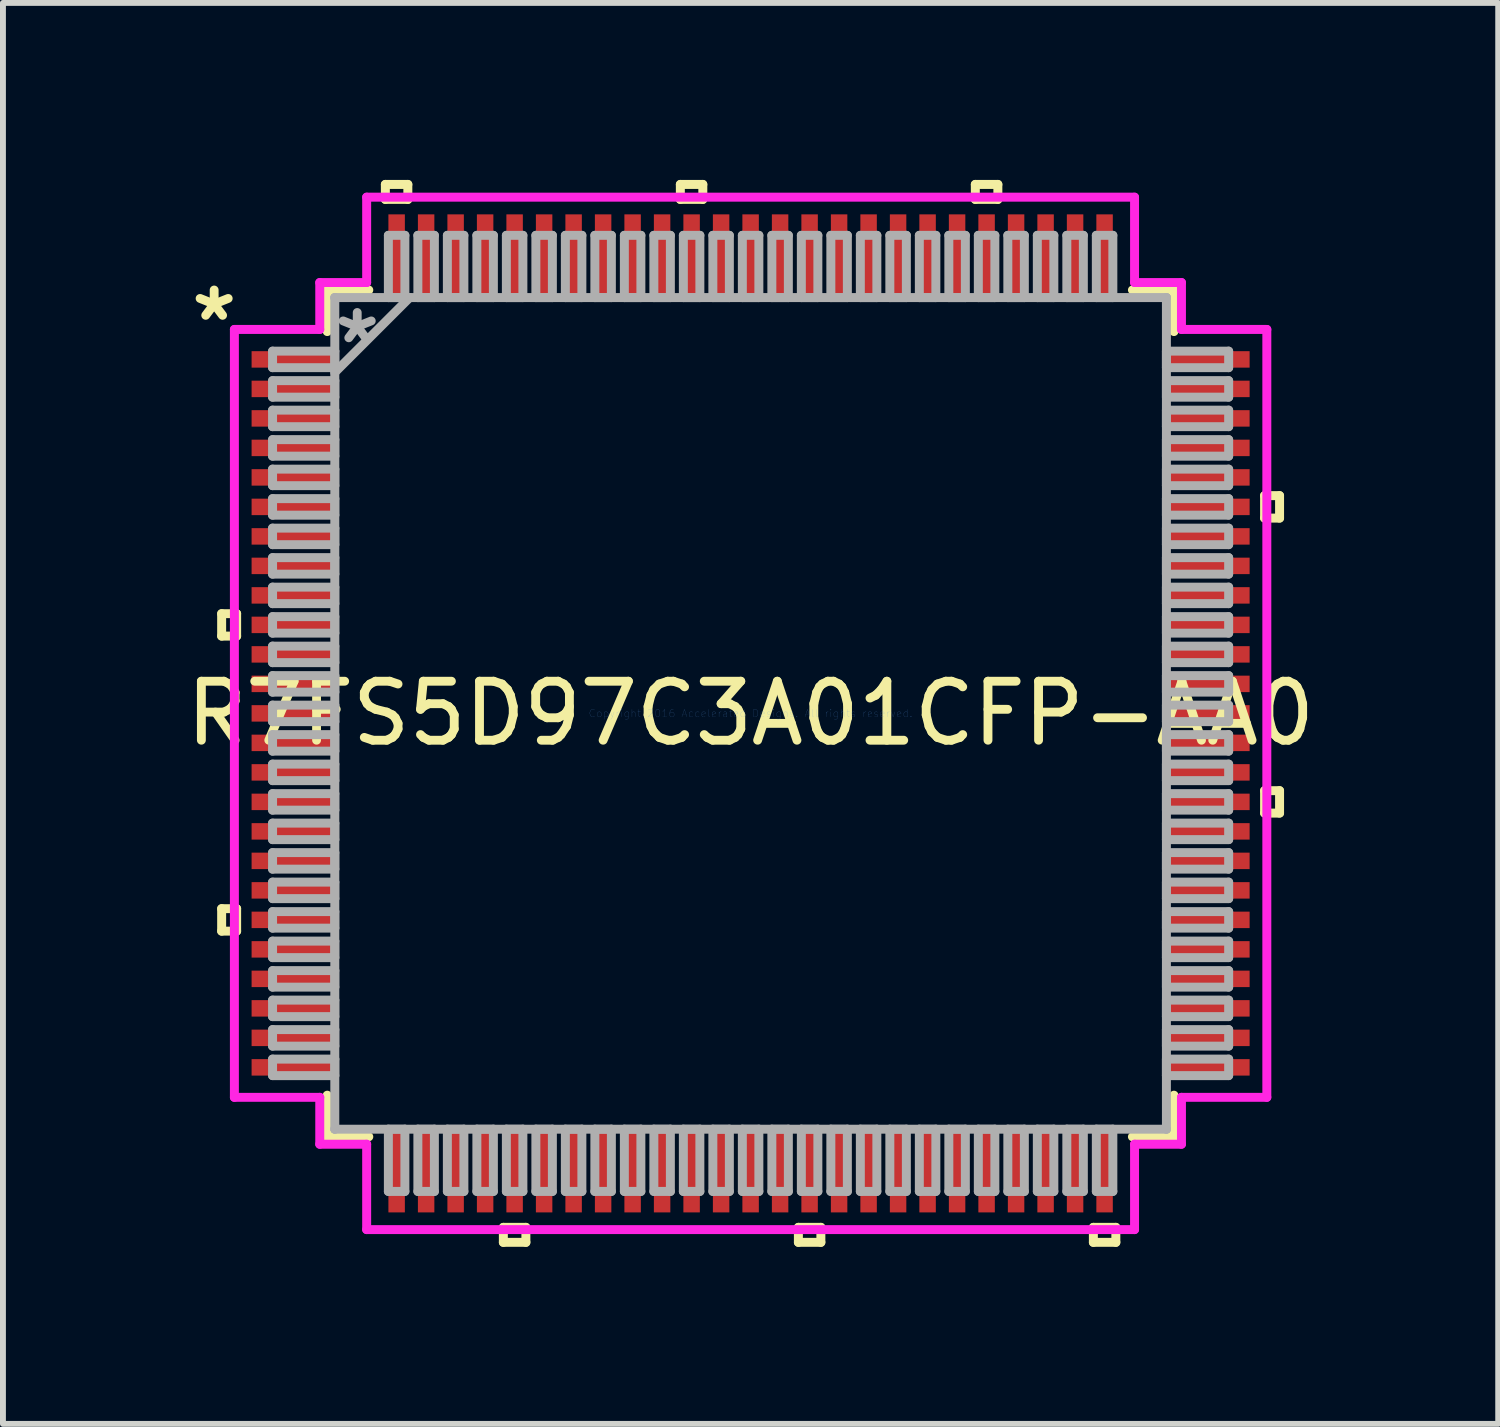
<source format=kicad_pcb>
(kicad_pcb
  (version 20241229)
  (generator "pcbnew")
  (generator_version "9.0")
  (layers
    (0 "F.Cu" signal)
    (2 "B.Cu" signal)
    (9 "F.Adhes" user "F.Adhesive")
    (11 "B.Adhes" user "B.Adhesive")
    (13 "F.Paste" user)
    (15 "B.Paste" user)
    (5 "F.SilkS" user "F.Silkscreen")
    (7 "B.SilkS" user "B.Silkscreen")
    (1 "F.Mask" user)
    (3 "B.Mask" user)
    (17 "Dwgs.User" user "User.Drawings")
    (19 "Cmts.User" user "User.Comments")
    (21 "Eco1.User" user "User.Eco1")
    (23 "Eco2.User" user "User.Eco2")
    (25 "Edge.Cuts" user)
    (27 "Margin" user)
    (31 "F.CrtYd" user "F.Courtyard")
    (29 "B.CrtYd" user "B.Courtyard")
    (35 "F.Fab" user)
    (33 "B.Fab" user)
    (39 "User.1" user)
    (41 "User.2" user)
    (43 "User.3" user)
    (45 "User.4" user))
  (footprint "R7FS5D97C3A01CFP-AA0"
    (layer "F.Cu")
    (at 9.673 9.042)
    (property "Reference" "R7FS5D97C3A01CFP-AA0" (at 0 0 0) (layer "F.SilkS") (effects (font (size 1 1) (thickness 0.15))))
    (attr through_hole)
    (fp_line (start -8.966 -1.69) (end -8.966 -1.31) (stroke (width 0.152) (type solid)) (layer "F.SilkS"))
    (fp_line (start -8.966 -1.31) (end -8.712 -1.31) (stroke (width 0.152) (type solid)) (layer "F.SilkS"))
    (fp_line (start -8.966 3.31) (end -8.966 3.691) (stroke (width 0.152) (type solid)) (layer "F.SilkS"))
    (fp_line (start -8.966 3.691) (end -8.712 3.691) (stroke (width 0.152) (type solid)) (layer "F.SilkS"))
    (fp_line (start -8.712 -1.69) (end -8.966 -1.69) (stroke (width 0.152) (type solid)) (layer "F.SilkS"))
    (fp_line (start -8.712 -1.31) (end -8.712 -1.69) (stroke (width 0.152) (type solid)) (layer "F.SilkS"))
    (fp_line (start -8.712 3.31) (end -8.966 3.31) (stroke (width 0.152) (type solid)) (layer "F.SilkS"))
    (fp_line (start -8.712 3.691) (end -8.712 3.31) (stroke (width 0.152) (type solid)) (layer "F.SilkS"))
    (fp_line (start -7.176 -7.176) (end -7.176 -6.472) (stroke (width 0.152) (type solid)) (layer "F.SilkS"))
    (fp_line (start -7.176 6.472) (end -7.176 7.176) (stroke (width 0.152) (type solid)) (layer "F.SilkS"))
    (fp_line (start -7.176 7.176) (end -6.472 7.176) (stroke (width 0.152) (type solid)) (layer "F.SilkS"))
    (fp_line (start -6.472 -7.176) (end -7.176 -7.176) (stroke (width 0.152) (type solid)) (layer "F.SilkS"))
    (fp_line (start -6.191 -8.966) (end -5.81 -8.966) (stroke (width 0.152) (type solid)) (layer "F.SilkS"))
    (fp_line (start -6.191 -8.712) (end -6.191 -8.966) (stroke (width 0.152) (type solid)) (layer "F.SilkS"))
    (fp_line (start -5.81 -8.966) (end -5.81 -8.712) (stroke (width 0.152) (type solid)) (layer "F.SilkS"))
    (fp_line (start -5.81 -8.712) (end -6.191 -8.712) (stroke (width 0.152) (type solid)) (layer "F.SilkS"))
    (fp_line (start -4.191 8.712) (end -4.191 8.966) (stroke (width 0.152) (type solid)) (layer "F.SilkS"))
    (fp_line (start -4.191 8.966) (end -3.809 8.966) (stroke (width 0.152) (type solid)) (layer "F.SilkS"))
    (fp_line (start -3.809 8.712) (end -4.191 8.712) (stroke (width 0.152) (type solid)) (layer "F.SilkS"))
    (fp_line (start -3.809 8.966) (end -3.809 8.712) (stroke (width 0.152) (type solid)) (layer "F.SilkS"))
    (fp_line (start -1.191 -8.966) (end -0.81 -8.966) (stroke (width 0.152) (type solid)) (layer "F.SilkS"))
    (fp_line (start -1.191 -8.712) (end -1.191 -8.966) (stroke (width 0.152) (type solid)) (layer "F.SilkS"))
    (fp_line (start -0.81 -8.966) (end -0.81 -8.712) (stroke (width 0.152) (type solid)) (layer "F.SilkS"))
    (fp_line (start -0.81 -8.712) (end -1.191 -8.712) (stroke (width 0.152) (type solid)) (layer "F.SilkS"))
    (fp_line (start 0.81 8.712) (end 0.81 8.966) (stroke (width 0.152) (type solid)) (layer "F.SilkS"))
    (fp_line (start 0.81 8.966) (end 1.191 8.966) (stroke (width 0.152) (type solid)) (layer "F.SilkS"))
    (fp_line (start 1.191 8.712) (end 0.81 8.712) (stroke (width 0.152) (type solid)) (layer "F.SilkS"))
    (fp_line (start 1.191 8.966) (end 1.191 8.712) (stroke (width 0.152) (type solid)) (layer "F.SilkS"))
    (fp_line (start 3.809 -8.966) (end 4.191 -8.966) (stroke (width 0.152) (type solid)) (layer "F.SilkS"))
    (fp_line (start 3.809 -8.712) (end 3.809 -8.966) (stroke (width 0.152) (type solid)) (layer "F.SilkS"))
    (fp_line (start 4.191 -8.966) (end 4.191 -8.712) (stroke (width 0.152) (type solid)) (layer "F.SilkS"))
    (fp_line (start 4.191 -8.712) (end 3.809 -8.712) (stroke (width 0.152) (type solid)) (layer "F.SilkS"))
    (fp_line (start 5.81 8.712) (end 5.81 8.966) (stroke (width 0.152) (type solid)) (layer "F.SilkS"))
    (fp_line (start 5.81 8.966) (end 6.191 8.966) (stroke (width 0.152) (type solid)) (layer "F.SilkS"))
    (fp_line (start 6.191 8.712) (end 5.81 8.712) (stroke (width 0.152) (type solid)) (layer "F.SilkS"))
    (fp_line (start 6.191 8.966) (end 6.191 8.712) (stroke (width 0.152) (type solid)) (layer "F.SilkS"))
    (fp_line (start 6.472 7.176) (end 7.176 7.176) (stroke (width 0.152) (type solid)) (layer "F.SilkS"))
    (fp_line (start 7.176 -7.176) (end 6.472 -7.176) (stroke (width 0.152) (type solid)) (layer "F.SilkS"))
    (fp_line (start 7.176 -6.472) (end 7.176 -7.176) (stroke (width 0.152) (type solid)) (layer "F.SilkS"))
    (fp_line (start 7.176 7.176) (end 7.176 6.472) (stroke (width 0.152) (type solid)) (layer "F.SilkS"))
    (fp_line (start 8.712 -3.691) (end 8.966 -3.691) (stroke (width 0.152) (type solid)) (layer "F.SilkS"))
    (fp_line (start 8.712 -3.31) (end 8.712 -3.691) (stroke (width 0.152) (type solid)) (layer "F.SilkS"))
    (fp_line (start 8.712 1.31) (end 8.966 1.31) (stroke (width 0.152) (type solid)) (layer "F.SilkS"))
    (fp_line (start 8.712 1.69) (end 8.712 1.31) (stroke (width 0.152) (type solid)) (layer "F.SilkS"))
    (fp_line (start 8.966 -3.691) (end 8.966 -3.31) (stroke (width 0.152) (type solid)) (layer "F.SilkS"))
    (fp_line (start 8.966 -3.31) (end 8.712 -3.31) (stroke (width 0.152) (type solid)) (layer "F.SilkS"))
    (fp_line (start 8.966 1.31) (end 8.966 1.69) (stroke (width 0.152) (type solid)) (layer "F.SilkS"))
    (fp_line (start 8.966 1.69) (end 8.712 1.69) (stroke (width 0.152) (type solid)) (layer "F.SilkS"))
    (fp_line (start -8.75 -6.508) (end -7.303 -6.508) (stroke (width 0.152) (type solid)) (layer "F.CrtYd"))
    (fp_line (start -8.75 6.508) (end -8.75 -6.508) (stroke (width 0.152) (type solid)) (layer "F.CrtYd"))
    (fp_line (start -7.303 -7.303) (end -6.508 -7.303) (stroke (width 0.152) (type solid)) (layer "F.CrtYd"))
    (fp_line (start -7.303 -6.508) (end -7.303 -7.303) (stroke (width 0.152) (type solid)) (layer "F.CrtYd"))
    (fp_line (start -7.303 6.508) (end -8.75 6.508) (stroke (width 0.152) (type solid)) (layer "F.CrtYd"))
    (fp_line (start -7.303 7.303) (end -7.303 6.508) (stroke (width 0.152) (type solid)) (layer "F.CrtYd"))
    (fp_line (start -6.508 -8.75) (end 6.508 -8.75) (stroke (width 0.152) (type solid)) (layer "F.CrtYd"))
    (fp_line (start -6.508 -7.303) (end -6.508 -8.75) (stroke (width 0.152) (type solid)) (layer "F.CrtYd"))
    (fp_line (start -6.508 7.303) (end -7.303 7.303) (stroke (width 0.152) (type solid)) (layer "F.CrtYd"))
    (fp_line (start -6.508 8.75) (end -6.508 7.303) (stroke (width 0.152) (type solid)) (layer "F.CrtYd"))
    (fp_line (start 6.508 -8.75) (end 6.508 -7.303) (stroke (width 0.152) (type solid)) (layer "F.CrtYd"))
    (fp_line (start 6.508 -7.303) (end 7.303 -7.303) (stroke (width 0.152) (type solid)) (layer "F.CrtYd"))
    (fp_line (start 6.508 7.303) (end 6.508 8.75) (stroke (width 0.152) (type solid)) (layer "F.CrtYd"))
    (fp_line (start 6.508 8.75) (end -6.508 8.75) (stroke (width 0.152) (type solid)) (layer "F.CrtYd"))
    (fp_line (start 7.303 -7.303) (end 7.303 -6.508) (stroke (width 0.152) (type solid)) (layer "F.CrtYd"))
    (fp_line (start 7.303 -6.508) (end 8.75 -6.508) (stroke (width 0.152) (type solid)) (layer "F.CrtYd"))
    (fp_line (start 7.303 6.508) (end 7.303 7.303) (stroke (width 0.152) (type solid)) (layer "F.CrtYd"))
    (fp_line (start 7.303 7.303) (end 6.508 7.303) (stroke (width 0.152) (type solid)) (layer "F.CrtYd"))
    (fp_line (start 8.75 -6.508) (end 8.75 6.508) (stroke (width 0.152) (type solid)) (layer "F.CrtYd"))
    (fp_line (start 8.75 6.508) (end 7.303 6.508) (stroke (width 0.152) (type solid)) (layer "F.CrtYd"))
    (fp_line (start -8.103 -6.14) (end -8.103 -5.86) (stroke (width 0.152) (type solid)) (layer "F.Fab"))
    (fp_line (start -8.103 -5.86) (end -7.048 -5.86) (stroke (width 0.152) (type solid)) (layer "F.Fab"))
    (fp_line (start -8.103 -5.64) (end -8.103 -5.36) (stroke (width 0.152) (type solid)) (layer "F.Fab"))
    (fp_line (start -8.103 -5.36) (end -7.048 -5.36) (stroke (width 0.152) (type solid)) (layer "F.Fab"))
    (fp_line (start -8.103 -5.14) (end -8.103 -4.86) (stroke (width 0.152) (type solid)) (layer "F.Fab"))
    (fp_line (start -8.103 -4.86) (end -7.048 -4.86) (stroke (width 0.152) (type solid)) (layer "F.Fab"))
    (fp_line (start -8.103 -4.64) (end -8.103 -4.36) (stroke (width 0.152) (type solid)) (layer "F.Fab"))
    (fp_line (start -8.103 -4.36) (end -7.048 -4.36) (stroke (width 0.152) (type solid)) (layer "F.Fab"))
    (fp_line (start -8.103 -4.14) (end -8.103 -3.86) (stroke (width 0.152) (type solid)) (layer "F.Fab"))
    (fp_line (start -8.103 -3.86) (end -7.048 -3.86) (stroke (width 0.152) (type solid)) (layer "F.Fab"))
    (fp_line (start -8.103 -3.64) (end -8.103 -3.36) (stroke (width 0.152) (type solid)) (layer "F.Fab"))
    (fp_line (start -8.103 -3.36) (end -7.048 -3.36) (stroke (width 0.152) (type solid)) (layer "F.Fab"))
    (fp_line (start -8.103 -3.14) (end -8.103 -2.86) (stroke (width 0.152) (type solid)) (layer "F.Fab"))
    (fp_line (start -8.103 -2.86) (end -7.048 -2.86) (stroke (width 0.152) (type solid)) (layer "F.Fab"))
    (fp_line (start -8.103 -2.64) (end -8.103 -2.36) (stroke (width 0.152) (type solid)) (layer "F.Fab"))
    (fp_line (start -8.103 -2.36) (end -7.048 -2.36) (stroke (width 0.152) (type solid)) (layer "F.Fab"))
    (fp_line (start -8.103 -2.14) (end -8.103 -1.86) (stroke (width 0.152) (type solid)) (layer "F.Fab"))
    (fp_line (start -8.103 -1.86) (end -7.048 -1.86) (stroke (width 0.152) (type solid)) (layer "F.Fab"))
    (fp_line (start -8.103 -1.64) (end -8.103 -1.36) (stroke (width 0.152) (type solid)) (layer "F.Fab"))
    (fp_line (start -8.103 -1.36) (end -7.048 -1.36) (stroke (width 0.152) (type solid)) (layer "F.Fab"))
    (fp_line (start -8.103 -1.14) (end -8.103 -0.86) (stroke (width 0.152) (type solid)) (layer "F.Fab"))
    (fp_line (start -8.103 -0.86) (end -7.048 -0.86) (stroke (width 0.152) (type solid)) (layer "F.Fab"))
    (fp_line (start -8.103 -0.64) (end -8.103 -0.36) (stroke (width 0.152) (type solid)) (layer "F.Fab"))
    (fp_line (start -8.103 -0.36) (end -7.048 -0.36) (stroke (width 0.152) (type solid)) (layer "F.Fab"))
    (fp_line (start -8.103 -0.14) (end -8.103 0.14) (stroke (width 0.152) (type solid)) (layer "F.Fab"))
    (fp_line (start -8.103 0.14) (end -7.048 0.14) (stroke (width 0.152) (type solid)) (layer "F.Fab"))
    (fp_line (start -8.103 0.36) (end -8.103 0.64) (stroke (width 0.152) (type solid)) (layer "F.Fab"))
    (fp_line (start -8.103 0.64) (end -7.048 0.64) (stroke (width 0.152) (type solid)) (layer "F.Fab"))
    (fp_line (start -8.103 0.86) (end -8.103 1.14) (stroke (width 0.152) (type solid)) (layer "F.Fab"))
    (fp_line (start -8.103 1.14) (end -7.048 1.14) (stroke (width 0.152) (type solid)) (layer "F.Fab"))
    (fp_line (start -8.103 1.36) (end -8.103 1.64) (stroke (width 0.152) (type solid)) (layer "F.Fab"))
    (fp_line (start -8.103 1.64) (end -7.048 1.64) (stroke (width 0.152) (type solid)) (layer "F.Fab"))
    (fp_line (start -8.103 1.86) (end -8.103 2.14) (stroke (width 0.152) (type solid)) (layer "F.Fab"))
    (fp_line (start -8.103 2.14) (end -7.048 2.14) (stroke (width 0.152) (type solid)) (layer "F.Fab"))
    (fp_line (start -8.103 2.36) (end -8.103 2.64) (stroke (width 0.152) (type solid)) (layer "F.Fab"))
    (fp_line (start -8.103 2.64) (end -7.048 2.64) (stroke (width 0.152) (type solid)) (layer "F.Fab"))
    (fp_line (start -8.103 2.86) (end -8.103 3.14) (stroke (width 0.152) (type solid)) (layer "F.Fab"))
    (fp_line (start -8.103 3.14) (end -7.048 3.14) (stroke (width 0.152) (type solid)) (layer "F.Fab"))
    (fp_line (start -8.103 3.36) (end -8.103 3.64) (stroke (width 0.152) (type solid)) (layer "F.Fab"))
    (fp_line (start -8.103 3.64) (end -7.048 3.64) (stroke (width 0.152) (type solid)) (layer "F.Fab"))
    (fp_line (start -8.103 3.86) (end -8.103 4.14) (stroke (width 0.152) (type solid)) (layer "F.Fab"))
    (fp_line (start -8.103 4.14) (end -7.048 4.14) (stroke (width 0.152) (type solid)) (layer "F.Fab"))
    (fp_line (start -8.103 4.36) (end -8.103 4.64) (stroke (width 0.152) (type solid)) (layer "F.Fab"))
    (fp_line (start -8.103 4.64) (end -7.048 4.64) (stroke (width 0.152) (type solid)) (layer "F.Fab"))
    (fp_line (start -8.103 4.86) (end -8.103 5.14) (stroke (width 0.152) (type solid)) (layer "F.Fab"))
    (fp_line (start -8.103 5.14) (end -7.048 5.14) (stroke (width 0.152) (type solid)) (layer "F.Fab"))
    (fp_line (start -8.103 5.36) (end -8.103 5.64) (stroke (width 0.152) (type solid)) (layer "F.Fab"))
    (fp_line (start -8.103 5.64) (end -7.048 5.64) (stroke (width 0.152) (type solid)) (layer "F.Fab"))
    (fp_line (start -8.103 5.86) (end -8.103 6.14) (stroke (width 0.152) (type solid)) (layer "F.Fab"))
    (fp_line (start -8.103 6.14) (end -7.048 6.14) (stroke (width 0.152) (type solid)) (layer "F.Fab"))
    (fp_line (start -7.048 -7.048) (end -7.048 -7.048) (stroke (width 0.152) (type solid)) (layer "F.Fab"))
    (fp_line (start -7.048 -7.048) (end -7.048 7.048) (stroke (width 0.152) (type solid)) (layer "F.Fab"))
    (fp_line (start -7.048 -6.14) (end -8.103 -6.14) (stroke (width 0.152) (type solid)) (layer "F.Fab"))
    (fp_line (start -7.048 -5.86) (end -7.048 -6.14) (stroke (width 0.152) (type solid)) (layer "F.Fab"))
    (fp_line (start -7.048 -5.779) (end -5.779 -7.048) (stroke (width 0.152) (type solid)) (layer "F.Fab"))
    (fp_line (start -7.048 -5.64) (end -8.103 -5.64) (stroke (width 0.152) (type solid)) (layer "F.Fab"))
    (fp_line (start -7.048 -5.36) (end -7.048 -5.64) (stroke (width 0.152) (type solid)) (layer "F.Fab"))
    (fp_line (start -7.048 -5.14) (end -8.103 -5.14) (stroke (width 0.152) (type solid)) (layer "F.Fab"))
    (fp_line (start -7.048 -4.86) (end -7.048 -5.14) (stroke (width 0.152) (type solid)) (layer "F.Fab"))
    (fp_line (start -7.048 -4.64) (end -8.103 -4.64) (stroke (width 0.152) (type solid)) (layer "F.Fab"))
    (fp_line (start -7.048 -4.36) (end -7.048 -4.64) (stroke (width 0.152) (type solid)) (layer "F.Fab"))
    (fp_line (start -7.048 -4.14) (end -8.103 -4.14) (stroke (width 0.152) (type solid)) (layer "F.Fab"))
    (fp_line (start -7.048 -3.86) (end -7.048 -4.14) (stroke (width 0.152) (type solid)) (layer "F.Fab"))
    (fp_line (start -7.048 -3.64) (end -8.103 -3.64) (stroke (width 0.152) (type solid)) (layer "F.Fab"))
    (fp_line (start -7.048 -3.36) (end -7.048 -3.64) (stroke (width 0.152) (type solid)) (layer "F.Fab"))
    (fp_line (start -7.048 -3.14) (end -8.103 -3.14) (stroke (width 0.152) (type solid)) (layer "F.Fab"))
    (fp_line (start -7.048 -2.86) (end -7.048 -3.14) (stroke (width 0.152) (type solid)) (layer "F.Fab"))
    (fp_line (start -7.048 -2.64) (end -8.103 -2.64) (stroke (width 0.152) (type solid)) (layer "F.Fab"))
    (fp_line (start -7.048 -2.36) (end -7.048 -2.64) (stroke (width 0.152) (type solid)) (layer "F.Fab"))
    (fp_line (start -7.048 -2.14) (end -8.103 -2.14) (stroke (width 0.152) (type solid)) (layer "F.Fab"))
    (fp_line (start -7.048 -1.86) (end -7.048 -2.14) (stroke (width 0.152) (type solid)) (layer "F.Fab"))
    (fp_line (start -7.048 -1.64) (end -8.103 -1.64) (stroke (width 0.152) (type solid)) (layer "F.Fab"))
    (fp_line (start -7.048 -1.36) (end -7.048 -1.64) (stroke (width 0.152) (type solid)) (layer "F.Fab"))
    (fp_line (start -7.048 -1.14) (end -8.103 -1.14) (stroke (width 0.152) (type solid)) (layer "F.Fab"))
    (fp_line (start -7.048 -0.86) (end -7.048 -1.14) (stroke (width 0.152) (type solid)) (layer "F.Fab"))
    (fp_line (start -7.048 -0.64) (end -8.103 -0.64) (stroke (width 0.152) (type solid)) (layer "F.Fab"))
    (fp_line (start -7.048 -0.36) (end -7.048 -0.64) (stroke (width 0.152) (type solid)) (layer "F.Fab"))
    (fp_line (start -7.048 -0.14) (end -8.103 -0.14) (stroke (width 0.152) (type solid)) (layer "F.Fab"))
    (fp_line (start -7.048 0.14) (end -7.048 -0.14) (stroke (width 0.152) (type solid)) (layer "F.Fab"))
    (fp_line (start -7.048 0.36) (end -8.103 0.36) (stroke (width 0.152) (type solid)) (layer "F.Fab"))
    (fp_line (start -7.048 0.64) (end -7.048 0.36) (stroke (width 0.152) (type solid)) (layer "F.Fab"))
    (fp_line (start -7.048 0.86) (end -8.103 0.86) (stroke (width 0.152) (type solid)) (layer "F.Fab"))
    (fp_line (start -7.048 1.14) (end -7.048 0.86) (stroke (width 0.152) (type solid)) (layer "F.Fab"))
    (fp_line (start -7.048 1.36) (end -8.103 1.36) (stroke (width 0.152) (type solid)) (layer "F.Fab"))
    (fp_line (start -7.048 1.64) (end -7.048 1.36) (stroke (width 0.152) (type solid)) (layer "F.Fab"))
    (fp_line (start -7.048 1.86) (end -8.103 1.86) (stroke (width 0.152) (type solid)) (layer "F.Fab"))
    (fp_line (start -7.048 2.14) (end -7.048 1.86) (stroke (width 0.152) (type solid)) (layer "F.Fab"))
    (fp_line (start -7.048 2.36) (end -8.103 2.36) (stroke (width 0.152) (type solid)) (layer "F.Fab"))
    (fp_line (start -7.048 2.64) (end -7.048 2.36) (stroke (width 0.152) (type solid)) (layer "F.Fab"))
    (fp_line (start -7.048 2.86) (end -8.103 2.86) (stroke (width 0.152) (type solid)) (layer "F.Fab"))
    (fp_line (start -7.048 3.14) (end -7.048 2.86) (stroke (width 0.152) (type solid)) (layer "F.Fab"))
    (fp_line (start -7.048 3.36) (end -8.103 3.36) (stroke (width 0.152) (type solid)) (layer "F.Fab"))
    (fp_line (start -7.048 3.64) (end -7.048 3.36) (stroke (width 0.152) (type solid)) (layer "F.Fab"))
    (fp_line (start -7.048 3.86) (end -8.103 3.86) (stroke (width 0.152) (type solid)) (layer "F.Fab"))
    (fp_line (start -7.048 4.14) (end -7.048 3.86) (stroke (width 0.152) (type solid)) (layer "F.Fab"))
    (fp_line (start -7.048 4.36) (end -8.103 4.36) (stroke (width 0.152) (type solid)) (layer "F.Fab"))
    (fp_line (start -7.048 4.64) (end -7.048 4.36) (stroke (width 0.152) (type solid)) (layer "F.Fab"))
    (fp_line (start -7.048 4.86) (end -8.103 4.86) (stroke (width 0.152) (type solid)) (layer "F.Fab"))
    (fp_line (start -7.048 5.14) (end -7.048 4.86) (stroke (width 0.152) (type solid)) (layer "F.Fab"))
    (fp_line (start -7.048 5.36) (end -8.103 5.36) (stroke (width 0.152) (type solid)) (layer "F.Fab"))
    (fp_line (start -7.048 5.64) (end -7.048 5.36) (stroke (width 0.152) (type solid)) (layer "F.Fab"))
    (fp_line (start -7.048 5.86) (end -8.103 5.86) (stroke (width 0.152) (type solid)) (layer "F.Fab"))
    (fp_line (start -7.048 6.14) (end -7.048 5.86) (stroke (width 0.152) (type solid)) (layer "F.Fab"))
    (fp_line (start -7.048 7.048) (end -7.048 7.048) (stroke (width 0.152) (type solid)) (layer "F.Fab"))
    (fp_line (start -7.048 7.048) (end 7.048 7.048) (stroke (width 0.152) (type solid)) (layer "F.Fab"))
    (fp_line (start -6.14 -8.103) (end -6.14 -7.048) (stroke (width 0.152) (type solid)) (layer "F.Fab"))
    (fp_line (start -6.14 -7.048) (end -5.86 -7.048) (stroke (width 0.152) (type solid)) (layer "F.Fab"))
    (fp_line (start -6.14 7.048) (end -6.14 8.103) (stroke (width 0.152) (type solid)) (layer "F.Fab"))
    (fp_line (start -6.14 8.103) (end -5.86 8.103) (stroke (width 0.152) (type solid)) (layer "F.Fab"))
    (fp_line (start -5.86 -8.103) (end -6.14 -8.103) (stroke (width 0.152) (type solid)) (layer "F.Fab"))
    (fp_line (start -5.86 -7.048) (end -5.86 -8.103) (stroke (width 0.152) (type solid)) (layer "F.Fab"))
    (fp_line (start -5.86 7.048) (end -6.14 7.048) (stroke (width 0.152) (type solid)) (layer "F.Fab"))
    (fp_line (start -5.86 8.103) (end -5.86 7.048) (stroke (width 0.152) (type solid)) (layer "F.Fab"))
    (fp_line (start -5.64 -8.103) (end -5.64 -7.048) (stroke (width 0.152) (type solid)) (layer "F.Fab"))
    (fp_line (start -5.64 -7.048) (end -5.36 -7.048) (stroke (width 0.152) (type solid)) (layer "F.Fab"))
    (fp_line (start -5.64 7.048) (end -5.64 8.103) (stroke (width 0.152) (type solid)) (layer "F.Fab"))
    (fp_line (start -5.64 8.103) (end -5.36 8.103) (stroke (width 0.152) (type solid)) (layer "F.Fab"))
    (fp_line (start -5.36 -8.103) (end -5.64 -8.103) (stroke (width 0.152) (type solid)) (layer "F.Fab"))
    (fp_line (start -5.36 -7.048) (end -5.36 -8.103) (stroke (width 0.152) (type solid)) (layer "F.Fab"))
    (fp_line (start -5.36 7.048) (end -5.64 7.048) (stroke (width 0.152) (type solid)) (layer "F.Fab"))
    (fp_line (start -5.36 8.103) (end -5.36 7.048) (stroke (width 0.152) (type solid)) (layer "F.Fab"))
    (fp_line (start -5.14 -8.103) (end -5.14 -7.048) (stroke (width 0.152) (type solid)) (layer "F.Fab"))
    (fp_line (start -5.14 -7.048) (end -4.86 -7.048) (stroke (width 0.152) (type solid)) (layer "F.Fab"))
    (fp_line (start -5.14 7.048) (end -5.14 8.103) (stroke (width 0.152) (type solid)) (layer "F.Fab"))
    (fp_line (start -5.14 8.103) (end -4.86 8.103) (stroke (width 0.152) (type solid)) (layer "F.Fab"))
    (fp_line (start -4.86 -8.103) (end -5.14 -8.103) (stroke (width 0.152) (type solid)) (layer "F.Fab"))
    (fp_line (start -4.86 -7.048) (end -4.86 -8.103) (stroke (width 0.152) (type solid)) (layer "F.Fab"))
    (fp_line (start -4.86 7.048) (end -5.14 7.048) (stroke (width 0.152) (type solid)) (layer "F.Fab"))
    (fp_line (start -4.86 8.103) (end -4.86 7.048) (stroke (width 0.152) (type solid)) (layer "F.Fab"))
    (fp_line (start -4.64 -8.103) (end -4.64 -7.048) (stroke (width 0.152) (type solid)) (layer "F.Fab"))
    (fp_line (start -4.64 -7.048) (end -4.36 -7.048) (stroke (width 0.152) (type solid)) (layer "F.Fab"))
    (fp_line (start -4.64 7.048) (end -4.64 8.103) (stroke (width 0.152) (type solid)) (layer "F.Fab"))
    (fp_line (start -4.64 8.103) (end -4.36 8.103) (stroke (width 0.152) (type solid)) (layer "F.Fab"))
    (fp_line (start -4.36 -8.103) (end -4.64 -8.103) (stroke (width 0.152) (type solid)) (layer "F.Fab"))
    (fp_line (start -4.36 -7.048) (end -4.36 -8.103) (stroke (width 0.152) (type solid)) (layer "F.Fab"))
    (fp_line (start -4.36 7.048) (end -4.64 7.048) (stroke (width 0.152) (type solid)) (layer "F.Fab"))
    (fp_line (start -4.36 8.103) (end -4.36 7.048) (stroke (width 0.152) (type solid)) (layer "F.Fab"))
    (fp_line (start -4.14 -8.103) (end -4.14 -7.048) (stroke (width 0.152) (type solid)) (layer "F.Fab"))
    (fp_line (start -4.14 -7.048) (end -3.86 -7.048) (stroke (width 0.152) (type solid)) (layer "F.Fab"))
    (fp_line (start -4.14 7.048) (end -4.14 8.103) (stroke (width 0.152) (type solid)) (layer "F.Fab"))
    (fp_line (start -4.14 8.103) (end -3.86 8.103) (stroke (width 0.152) (type solid)) (layer "F.Fab"))
    (fp_line (start -3.86 -8.103) (end -4.14 -8.103) (stroke (width 0.152) (type solid)) (layer "F.Fab"))
    (fp_line (start -3.86 -7.048) (end -3.86 -8.103) (stroke (width 0.152) (type solid)) (layer "F.Fab"))
    (fp_line (start -3.86 7.048) (end -4.14 7.048) (stroke (width 0.152) (type solid)) (layer "F.Fab"))
    (fp_line (start -3.86 8.103) (end -3.86 7.048) (stroke (width 0.152) (type solid)) (layer "F.Fab"))
    (fp_line (start -3.64 -8.103) (end -3.64 -7.048) (stroke (width 0.152) (type solid)) (layer "F.Fab"))
    (fp_line (start -3.64 -7.048) (end -3.36 -7.048) (stroke (width 0.152) (type solid)) (layer "F.Fab"))
    (fp_line (start -3.64 7.048) (end -3.64 8.103) (stroke (width 0.152) (type solid)) (layer "F.Fab"))
    (fp_line (start -3.64 8.103) (end -3.36 8.103) (stroke (width 0.152) (type solid)) (layer "F.Fab"))
    (fp_line (start -3.36 -8.103) (end -3.64 -8.103) (stroke (width 0.152) (type solid)) (layer "F.Fab"))
    (fp_line (start -3.36 -7.048) (end -3.36 -8.103) (stroke (width 0.152) (type solid)) (layer "F.Fab"))
    (fp_line (start -3.36 7.048) (end -3.64 7.048) (stroke (width 0.152) (type solid)) (layer "F.Fab"))
    (fp_line (start -3.36 8.103) (end -3.36 7.048) (stroke (width 0.152) (type solid)) (layer "F.Fab"))
    (fp_line (start -3.14 -8.103) (end -3.14 -7.048) (stroke (width 0.152) (type solid)) (layer "F.Fab"))
    (fp_line (start -3.14 -7.048) (end -2.86 -7.048) (stroke (width 0.152) (type solid)) (layer "F.Fab"))
    (fp_line (start -3.14 7.048) (end -3.14 8.103) (stroke (width 0.152) (type solid)) (layer "F.Fab"))
    (fp_line (start -3.14 8.103) (end -2.86 8.103) (stroke (width 0.152) (type solid)) (layer "F.Fab"))
    (fp_line (start -2.86 -8.103) (end -3.14 -8.103) (stroke (width 0.152) (type solid)) (layer "F.Fab"))
    (fp_line (start -2.86 -7.048) (end -2.86 -8.103) (stroke (width 0.152) (type solid)) (layer "F.Fab"))
    (fp_line (start -2.86 7.048) (end -3.14 7.048) (stroke (width 0.152) (type solid)) (layer "F.Fab"))
    (fp_line (start -2.86 8.103) (end -2.86 7.048) (stroke (width 0.152) (type solid)) (layer "F.Fab"))
    (fp_line (start -2.64 -8.103) (end -2.64 -7.048) (stroke (width 0.152) (type solid)) (layer "F.Fab"))
    (fp_line (start -2.64 -7.048) (end -2.36 -7.048) (stroke (width 0.152) (type solid)) (layer "F.Fab"))
    (fp_line (start -2.64 7.048) (end -2.64 8.103) (stroke (width 0.152) (type solid)) (layer "F.Fab"))
    (fp_line (start -2.64 8.103) (end -2.36 8.103) (stroke (width 0.152) (type solid)) (layer "F.Fab"))
    (fp_line (start -2.36 -8.103) (end -2.64 -8.103) (stroke (width 0.152) (type solid)) (layer "F.Fab"))
    (fp_line (start -2.36 -7.048) (end -2.36 -8.103) (stroke (width 0.152) (type solid)) (layer "F.Fab"))
    (fp_line (start -2.36 7.048) (end -2.64 7.048) (stroke (width 0.152) (type solid)) (layer "F.Fab"))
    (fp_line (start -2.36 8.103) (end -2.36 7.048) (stroke (width 0.152) (type solid)) (layer "F.Fab"))
    (fp_line (start -2.14 -8.103) (end -2.14 -7.048) (stroke (width 0.152) (type solid)) (layer "F.Fab"))
    (fp_line (start -2.14 -7.048) (end -1.86 -7.048) (stroke (width 0.152) (type solid)) (layer "F.Fab"))
    (fp_line (start -2.14 7.048) (end -2.14 8.103) (stroke (width 0.152) (type solid)) (layer "F.Fab"))
    (fp_line (start -2.14 8.103) (end -1.86 8.103) (stroke (width 0.152) (type solid)) (layer "F.Fab"))
    (fp_line (start -1.86 -8.103) (end -2.14 -8.103) (stroke (width 0.152) (type solid)) (layer "F.Fab"))
    (fp_line (start -1.86 -7.048) (end -1.86 -8.103) (stroke (width 0.152) (type solid)) (layer "F.Fab"))
    (fp_line (start -1.86 7.048) (end -2.14 7.048) (stroke (width 0.152) (type solid)) (layer "F.Fab"))
    (fp_line (start -1.86 8.103) (end -1.86 7.048) (stroke (width 0.152) (type solid)) (layer "F.Fab"))
    (fp_line (start -1.64 -8.103) (end -1.64 -7.048) (stroke (width 0.152) (type solid)) (layer "F.Fab"))
    (fp_line (start -1.64 -7.048) (end -1.36 -7.048) (stroke (width 0.152) (type solid)) (layer "F.Fab"))
    (fp_line (start -1.64 7.048) (end -1.64 8.103) (stroke (width 0.152) (type solid)) (layer "F.Fab"))
    (fp_line (start -1.64 8.103) (end -1.36 8.103) (stroke (width 0.152) (type solid)) (layer "F.Fab"))
    (fp_line (start -1.36 -8.103) (end -1.64 -8.103) (stroke (width 0.152) (type solid)) (layer "F.Fab"))
    (fp_line (start -1.36 -7.048) (end -1.36 -8.103) (stroke (width 0.152) (type solid)) (layer "F.Fab"))
    (fp_line (start -1.36 7.048) (end -1.64 7.048) (stroke (width 0.152) (type solid)) (layer "F.Fab"))
    (fp_line (start -1.36 8.103) (end -1.36 7.048) (stroke (width 0.152) (type solid)) (layer "F.Fab"))
    (fp_line (start -1.14 -8.103) (end -1.14 -7.048) (stroke (width 0.152) (type solid)) (layer "F.Fab"))
    (fp_line (start -1.14 -7.048) (end -0.86 -7.048) (stroke (width 0.152) (type solid)) (layer "F.Fab"))
    (fp_line (start -1.14 7.048) (end -1.14 8.103) (stroke (width 0.152) (type solid)) (layer "F.Fab"))
    (fp_line (start -1.14 8.103) (end -0.86 8.103) (stroke (width 0.152) (type solid)) (layer "F.Fab"))
    (fp_line (start -0.86 -8.103) (end -1.14 -8.103) (stroke (width 0.152) (type solid)) (layer "F.Fab"))
    (fp_line (start -0.86 -7.048) (end -0.86 -8.103) (stroke (width 0.152) (type solid)) (layer "F.Fab"))
    (fp_line (start -0.86 7.048) (end -1.14 7.048) (stroke (width 0.152) (type solid)) (layer "F.Fab"))
    (fp_line (start -0.86 8.103) (end -0.86 7.048) (stroke (width 0.152) (type solid)) (layer "F.Fab"))
    (fp_line (start -0.64 -8.103) (end -0.64 -7.048) (stroke (width 0.152) (type solid)) (layer "F.Fab"))
    (fp_line (start -0.64 -7.048) (end -0.36 -7.048) (stroke (width 0.152) (type solid)) (layer "F.Fab"))
    (fp_line (start -0.64 7.048) (end -0.64 8.103) (stroke (width 0.152) (type solid)) (layer "F.Fab"))
    (fp_line (start -0.64 8.103) (end -0.36 8.103) (stroke (width 0.152) (type solid)) (layer "F.Fab"))
    (fp_line (start -0.36 -8.103) (end -0.64 -8.103) (stroke (width 0.152) (type solid)) (layer "F.Fab"))
    (fp_line (start -0.36 -7.048) (end -0.36 -8.103) (stroke (width 0.152) (type solid)) (layer "F.Fab"))
    (fp_line (start -0.36 7.048) (end -0.64 7.048) (stroke (width 0.152) (type solid)) (layer "F.Fab"))
    (fp_line (start -0.36 8.103) (end -0.36 7.048) (stroke (width 0.152) (type solid)) (layer "F.Fab"))
    (fp_line (start -0.14 -8.103) (end -0.14 -7.048) (stroke (width 0.152) (type solid)) (layer "F.Fab"))
    (fp_line (start -0.14 -7.048) (end 0.14 -7.048) (stroke (width 0.152) (type solid)) (layer "F.Fab"))
    (fp_line (start -0.14 7.048) (end -0.14 8.103) (stroke (width 0.152) (type solid)) (layer "F.Fab"))
    (fp_line (start -0.14 8.103) (end 0.14 8.103) (stroke (width 0.152) (type solid)) (layer "F.Fab"))
    (fp_line (start 0.14 -8.103) (end -0.14 -8.103) (stroke (width 0.152) (type solid)) (layer "F.Fab"))
    (fp_line (start 0.14 -7.048) (end 0.14 -8.103) (stroke (width 0.152) (type solid)) (layer "F.Fab"))
    (fp_line (start 0.14 7.048) (end -0.14 7.048) (stroke (width 0.152) (type solid)) (layer "F.Fab"))
    (fp_line (start 0.14 8.103) (end 0.14 7.048) (stroke (width 0.152) (type solid)) (layer "F.Fab"))
    (fp_line (start 0.36 -8.103) (end 0.36 -7.048) (stroke (width 0.152) (type solid)) (layer "F.Fab"))
    (fp_line (start 0.36 -7.048) (end 0.64 -7.048) (stroke (width 0.152) (type solid)) (layer "F.Fab"))
    (fp_line (start 0.36 7.048) (end 0.36 8.103) (stroke (width 0.152) (type solid)) (layer "F.Fab"))
    (fp_line (start 0.36 8.103) (end 0.64 8.103) (stroke (width 0.152) (type solid)) (layer "F.Fab"))
    (fp_line (start 0.64 -8.103) (end 0.36 -8.103) (stroke (width 0.152) (type solid)) (layer "F.Fab"))
    (fp_line (start 0.64 -7.048) (end 0.64 -8.103) (stroke (width 0.152) (type solid)) (layer "F.Fab"))
    (fp_line (start 0.64 7.048) (end 0.36 7.048) (stroke (width 0.152) (type solid)) (layer "F.Fab"))
    (fp_line (start 0.64 8.103) (end 0.64 7.048) (stroke (width 0.152) (type solid)) (layer "F.Fab"))
    (fp_line (start 0.86 -8.103) (end 0.86 -7.048) (stroke (width 0.152) (type solid)) (layer "F.Fab"))
    (fp_line (start 0.86 -7.048) (end 1.14 -7.048) (stroke (width 0.152) (type solid)) (layer "F.Fab"))
    (fp_line (start 0.86 7.048) (end 0.86 8.103) (stroke (width 0.152) (type solid)) (layer "F.Fab"))
    (fp_line (start 0.86 8.103) (end 1.14 8.103) (stroke (width 0.152) (type solid)) (layer "F.Fab"))
    (fp_line (start 1.14 -8.103) (end 0.86 -8.103) (stroke (width 0.152) (type solid)) (layer "F.Fab"))
    (fp_line (start 1.14 -7.048) (end 1.14 -8.103) (stroke (width 0.152) (type solid)) (layer "F.Fab"))
    (fp_line (start 1.14 7.048) (end 0.86 7.048) (stroke (width 0.152) (type solid)) (layer "F.Fab"))
    (fp_line (start 1.14 8.103) (end 1.14 7.048) (stroke (width 0.152) (type solid)) (layer "F.Fab"))
    (fp_line (start 1.36 -8.103) (end 1.36 -7.048) (stroke (width 0.152) (type solid)) (layer "F.Fab"))
    (fp_line (start 1.36 -7.048) (end 1.64 -7.048) (stroke (width 0.152) (type solid)) (layer "F.Fab"))
    (fp_line (start 1.36 7.048) (end 1.36 8.103) (stroke (width 0.152) (type solid)) (layer "F.Fab"))
    (fp_line (start 1.36 8.103) (end 1.64 8.103) (stroke (width 0.152) (type solid)) (layer "F.Fab"))
    (fp_line (start 1.64 -8.103) (end 1.36 -8.103) (stroke (width 0.152) (type solid)) (layer "F.Fab"))
    (fp_line (start 1.64 -7.048) (end 1.64 -8.103) (stroke (width 0.152) (type solid)) (layer "F.Fab"))
    (fp_line (start 1.64 7.048) (end 1.36 7.048) (stroke (width 0.152) (type solid)) (layer "F.Fab"))
    (fp_line (start 1.64 8.103) (end 1.64 7.048) (stroke (width 0.152) (type solid)) (layer "F.Fab"))
    (fp_line (start 1.86 -8.103) (end 1.86 -7.048) (stroke (width 0.152) (type solid)) (layer "F.Fab"))
    (fp_line (start 1.86 -7.048) (end 2.14 -7.048) (stroke (width 0.152) (type solid)) (layer "F.Fab"))
    (fp_line (start 1.86 7.048) (end 1.86 8.103) (stroke (width 0.152) (type solid)) (layer "F.Fab"))
    (fp_line (start 1.86 8.103) (end 2.14 8.103) (stroke (width 0.152) (type solid)) (layer "F.Fab"))
    (fp_line (start 2.14 -8.103) (end 1.86 -8.103) (stroke (width 0.152) (type solid)) (layer "F.Fab"))
    (fp_line (start 2.14 -7.048) (end 2.14 -8.103) (stroke (width 0.152) (type solid)) (layer "F.Fab"))
    (fp_line (start 2.14 7.048) (end 1.86 7.048) (stroke (width 0.152) (type solid)) (layer "F.Fab"))
    (fp_line (start 2.14 8.103) (end 2.14 7.048) (stroke (width 0.152) (type solid)) (layer "F.Fab"))
    (fp_line (start 2.36 -8.103) (end 2.36 -7.048) (stroke (width 0.152) (type solid)) (layer "F.Fab"))
    (fp_line (start 2.36 -7.048) (end 2.64 -7.048) (stroke (width 0.152) (type solid)) (layer "F.Fab"))
    (fp_line (start 2.36 7.048) (end 2.36 8.103) (stroke (width 0.152) (type solid)) (layer "F.Fab"))
    (fp_line (start 2.36 8.103) (end 2.64 8.103) (stroke (width 0.152) (type solid)) (layer "F.Fab"))
    (fp_line (start 2.64 -8.103) (end 2.36 -8.103) (stroke (width 0.152) (type solid)) (layer "F.Fab"))
    (fp_line (start 2.64 -7.048) (end 2.64 -8.103) (stroke (width 0.152) (type solid)) (layer "F.Fab"))
    (fp_line (start 2.64 7.048) (end 2.36 7.048) (stroke (width 0.152) (type solid)) (layer "F.Fab"))
    (fp_line (start 2.64 8.103) (end 2.64 7.048) (stroke (width 0.152) (type solid)) (layer "F.Fab"))
    (fp_line (start 2.86 -8.103) (end 2.86 -7.048) (stroke (width 0.152) (type solid)) (layer "F.Fab"))
    (fp_line (start 2.86 -7.048) (end 3.14 -7.048) (stroke (width 0.152) (type solid)) (layer "F.Fab"))
    (fp_line (start 2.86 7.048) (end 2.86 8.103) (stroke (width 0.152) (type solid)) (layer "F.Fab"))
    (fp_line (start 2.86 8.103) (end 3.14 8.103) (stroke (width 0.152) (type solid)) (layer "F.Fab"))
    (fp_line (start 3.14 -8.103) (end 2.86 -8.103) (stroke (width 0.152) (type solid)) (layer "F.Fab"))
    (fp_line (start 3.14 -7.048) (end 3.14 -8.103) (stroke (width 0.152) (type solid)) (layer "F.Fab"))
    (fp_line (start 3.14 7.048) (end 2.86 7.048) (stroke (width 0.152) (type solid)) (layer "F.Fab"))
    (fp_line (start 3.14 8.103) (end 3.14 7.048) (stroke (width 0.152) (type solid)) (layer "F.Fab"))
    (fp_line (start 3.36 -8.103) (end 3.36 -7.048) (stroke (width 0.152) (type solid)) (layer "F.Fab"))
    (fp_line (start 3.36 -7.048) (end 3.64 -7.048) (stroke (width 0.152) (type solid)) (layer "F.Fab"))
    (fp_line (start 3.36 7.048) (end 3.36 8.103) (stroke (width 0.152) (type solid)) (layer "F.Fab"))
    (fp_line (start 3.36 8.103) (end 3.64 8.103) (stroke (width 0.152) (type solid)) (layer "F.Fab"))
    (fp_line (start 3.64 -8.103) (end 3.36 -8.103) (stroke (width 0.152) (type solid)) (layer "F.Fab"))
    (fp_line (start 3.64 -7.048) (end 3.64 -8.103) (stroke (width 0.152) (type solid)) (layer "F.Fab"))
    (fp_line (start 3.64 7.048) (end 3.36 7.048) (stroke (width 0.152) (type solid)) (layer "F.Fab"))
    (fp_line (start 3.64 8.103) (end 3.64 7.048) (stroke (width 0.152) (type solid)) (layer "F.Fab"))
    (fp_line (start 3.86 -8.103) (end 3.86 -7.048) (stroke (width 0.152) (type solid)) (layer "F.Fab"))
    (fp_line (start 3.86 -7.048) (end 4.14 -7.048) (stroke (width 0.152) (type solid)) (layer "F.Fab"))
    (fp_line (start 3.86 7.048) (end 3.86 8.103) (stroke (width 0.152) (type solid)) (layer "F.Fab"))
    (fp_line (start 3.86 8.103) (end 4.14 8.103) (stroke (width 0.152) (type solid)) (layer "F.Fab"))
    (fp_line (start 4.14 -8.103) (end 3.86 -8.103) (stroke (width 0.152) (type solid)) (layer "F.Fab"))
    (fp_line (start 4.14 -7.048) (end 4.14 -8.103) (stroke (width 0.152) (type solid)) (layer "F.Fab"))
    (fp_line (start 4.14 7.048) (end 3.86 7.048) (stroke (width 0.152) (type solid)) (layer "F.Fab"))
    (fp_line (start 4.14 8.103) (end 4.14 7.048) (stroke (width 0.152) (type solid)) (layer "F.Fab"))
    (fp_line (start 4.36 -8.103) (end 4.36 -7.048) (stroke (width 0.152) (type solid)) (layer "F.Fab"))
    (fp_line (start 4.36 -7.048) (end 4.64 -7.048) (stroke (width 0.152) (type solid)) (layer "F.Fab"))
    (fp_line (start 4.36 7.048) (end 4.36 8.103) (stroke (width 0.152) (type solid)) (layer "F.Fab"))
    (fp_line (start 4.36 8.103) (end 4.64 8.103) (stroke (width 0.152) (type solid)) (layer "F.Fab"))
    (fp_line (start 4.64 -8.103) (end 4.36 -8.103) (stroke (width 0.152) (type solid)) (layer "F.Fab"))
    (fp_line (start 4.64 -7.048) (end 4.64 -8.103) (stroke (width 0.152) (type solid)) (layer "F.Fab"))
    (fp_line (start 4.64 7.048) (end 4.36 7.048) (stroke (width 0.152) (type solid)) (layer "F.Fab"))
    (fp_line (start 4.64 8.103) (end 4.64 7.048) (stroke (width 0.152) (type solid)) (layer "F.Fab"))
    (fp_line (start 4.86 -8.103) (end 4.86 -7.048) (stroke (width 0.152) (type solid)) (layer "F.Fab"))
    (fp_line (start 4.86 -7.048) (end 5.14 -7.048) (stroke (width 0.152) (type solid)) (layer "F.Fab"))
    (fp_line (start 4.86 7.048) (end 4.86 8.103) (stroke (width 0.152) (type solid)) (layer "F.Fab"))
    (fp_line (start 4.86 8.103) (end 5.14 8.103) (stroke (width 0.152) (type solid)) (layer "F.Fab"))
    (fp_line (start 5.14 -8.103) (end 4.86 -8.103) (stroke (width 0.152) (type solid)) (layer "F.Fab"))
    (fp_line (start 5.14 -7.048) (end 5.14 -8.103) (stroke (width 0.152) (type solid)) (layer "F.Fab"))
    (fp_line (start 5.14 7.048) (end 4.86 7.048) (stroke (width 0.152) (type solid)) (layer "F.Fab"))
    (fp_line (start 5.14 8.103) (end 5.14 7.048) (stroke (width 0.152) (type solid)) (layer "F.Fab"))
    (fp_line (start 5.36 -8.103) (end 5.36 -7.048) (stroke (width 0.152) (type solid)) (layer "F.Fab"))
    (fp_line (start 5.36 -7.048) (end 5.64 -7.048) (stroke (width 0.152) (type solid)) (layer "F.Fab"))
    (fp_line (start 5.36 7.048) (end 5.36 8.103) (stroke (width 0.152) (type solid)) (layer "F.Fab"))
    (fp_line (start 5.36 8.103) (end 5.64 8.103) (stroke (width 0.152) (type solid)) (layer "F.Fab"))
    (fp_line (start 5.64 -8.103) (end 5.36 -8.103) (stroke (width 0.152) (type solid)) (layer "F.Fab"))
    (fp_line (start 5.64 -7.048) (end 5.64 -8.103) (stroke (width 0.152) (type solid)) (layer "F.Fab"))
    (fp_line (start 5.64 7.048) (end 5.36 7.048) (stroke (width 0.152) (type solid)) (layer "F.Fab"))
    (fp_line (start 5.64 8.103) (end 5.64 7.048) (stroke (width 0.152) (type solid)) (layer "F.Fab"))
    (fp_line (start 5.86 -8.103) (end 5.86 -7.048) (stroke (width 0.152) (type solid)) (layer "F.Fab"))
    (fp_line (start 5.86 -7.048) (end 6.14 -7.048) (stroke (width 0.152) (type solid)) (layer "F.Fab"))
    (fp_line (start 5.86 7.048) (end 5.86 8.103) (stroke (width 0.152) (type solid)) (layer "F.Fab"))
    (fp_line (start 5.86 8.103) (end 6.14 8.103) (stroke (width 0.152) (type solid)) (layer "F.Fab"))
    (fp_line (start 6.14 -8.103) (end 5.86 -8.103) (stroke (width 0.152) (type solid)) (layer "F.Fab"))
    (fp_line (start 6.14 -7.048) (end 6.14 -8.103) (stroke (width 0.152) (type solid)) (layer "F.Fab"))
    (fp_line (start 6.14 7.048) (end 5.86 7.048) (stroke (width 0.152) (type solid)) (layer "F.Fab"))
    (fp_line (start 6.14 8.103) (end 6.14 7.048) (stroke (width 0.152) (type solid)) (layer "F.Fab"))
    (fp_line (start 7.048 -7.048) (end -7.048 -7.048) (stroke (width 0.152) (type solid)) (layer "F.Fab"))
    (fp_line (start 7.048 -7.048) (end 7.048 -7.048) (stroke (width 0.152) (type solid)) (layer "F.Fab"))
    (fp_line (start 7.048 -6.14) (end 7.048 -5.86) (stroke (width 0.152) (type solid)) (layer "F.Fab"))
    (fp_line (start 7.048 -5.86) (end 8.103 -5.86) (stroke (width 0.152) (type solid)) (layer "F.Fab"))
    (fp_line (start 7.048 -5.64) (end 7.048 -5.36) (stroke (width 0.152) (type solid)) (layer "F.Fab"))
    (fp_line (start 7.048 -5.36) (end 8.103 -5.36) (stroke (width 0.152) (type solid)) (layer "F.Fab"))
    (fp_line (start 7.048 -5.14) (end 7.048 -4.86) (stroke (width 0.152) (type solid)) (layer "F.Fab"))
    (fp_line (start 7.048 -4.86) (end 8.103 -4.86) (stroke (width 0.152) (type solid)) (layer "F.Fab"))
    (fp_line (start 7.048 -4.64) (end 7.048 -4.36) (stroke (width 0.152) (type solid)) (layer "F.Fab"))
    (fp_line (start 7.048 -4.36) (end 8.103 -4.36) (stroke (width 0.152) (type solid)) (layer "F.Fab"))
    (fp_line (start 7.048 -4.14) (end 7.048 -3.86) (stroke (width 0.152) (type solid)) (layer "F.Fab"))
    (fp_line (start 7.048 -3.86) (end 8.103 -3.86) (stroke (width 0.152) (type solid)) (layer "F.Fab"))
    (fp_line (start 7.048 -3.64) (end 7.048 -3.36) (stroke (width 0.152) (type solid)) (layer "F.Fab"))
    (fp_line (start 7.048 -3.36) (end 8.103 -3.36) (stroke (width 0.152) (type solid)) (layer "F.Fab"))
    (fp_line (start 7.048 -3.14) (end 7.048 -2.86) (stroke (width 0.152) (type solid)) (layer "F.Fab"))
    (fp_line (start 7.048 -2.86) (end 8.103 -2.86) (stroke (width 0.152) (type solid)) (layer "F.Fab"))
    (fp_line (start 7.048 -2.64) (end 7.048 -2.36) (stroke (width 0.152) (type solid)) (layer "F.Fab"))
    (fp_line (start 7.048 -2.36) (end 8.103 -2.36) (stroke (width 0.152) (type solid)) (layer "F.Fab"))
    (fp_line (start 7.048 -2.14) (end 7.048 -1.86) (stroke (width 0.152) (type solid)) (layer "F.Fab"))
    (fp_line (start 7.048 -1.86) (end 8.103 -1.86) (stroke (width 0.152) (type solid)) (layer "F.Fab"))
    (fp_line (start 7.048 -1.64) (end 7.048 -1.36) (stroke (width 0.152) (type solid)) (layer "F.Fab"))
    (fp_line (start 7.048 -1.36) (end 8.103 -1.36) (stroke (width 0.152) (type solid)) (layer "F.Fab"))
    (fp_line (start 7.048 -1.14) (end 7.048 -0.86) (stroke (width 0.152) (type solid)) (layer "F.Fab"))
    (fp_line (start 7.048 -0.86) (end 8.103 -0.86) (stroke (width 0.152) (type solid)) (layer "F.Fab"))
    (fp_line (start 7.048 -0.64) (end 7.048 -0.36) (stroke (width 0.152) (type solid)) (layer "F.Fab"))
    (fp_line (start 7.048 -0.36) (end 8.103 -0.36) (stroke (width 0.152) (type solid)) (layer "F.Fab"))
    (fp_line (start 7.048 -0.14) (end 7.048 0.14) (stroke (width 0.152) (type solid)) (layer "F.Fab"))
    (fp_line (start 7.048 0.14) (end 8.103 0.14) (stroke (width 0.152) (type solid)) (layer "F.Fab"))
    (fp_line (start 7.048 0.36) (end 7.048 0.64) (stroke (width 0.152) (type solid)) (layer "F.Fab"))
    (fp_line (start 7.048 0.64) (end 8.103 0.64) (stroke (width 0.152) (type solid)) (layer "F.Fab"))
    (fp_line (start 7.048 0.86) (end 7.048 1.14) (stroke (width 0.152) (type solid)) (layer "F.Fab"))
    (fp_line (start 7.048 1.14) (end 8.103 1.14) (stroke (width 0.152) (type solid)) (layer "F.Fab"))
    (fp_line (start 7.048 1.36) (end 7.048 1.64) (stroke (width 0.152) (type solid)) (layer "F.Fab"))
    (fp_line (start 7.048 1.64) (end 8.103 1.64) (stroke (width 0.152) (type solid)) (layer "F.Fab"))
    (fp_line (start 7.048 1.86) (end 7.048 2.14) (stroke (width 0.152) (type solid)) (layer "F.Fab"))
    (fp_line (start 7.048 2.14) (end 8.103 2.14) (stroke (width 0.152) (type solid)) (layer "F.Fab"))
    (fp_line (start 7.048 2.36) (end 7.048 2.64) (stroke (width 0.152) (type solid)) (layer "F.Fab"))
    (fp_line (start 7.048 2.64) (end 8.103 2.64) (stroke (width 0.152) (type solid)) (layer "F.Fab"))
    (fp_line (start 7.048 2.86) (end 7.048 3.14) (stroke (width 0.152) (type solid)) (layer "F.Fab"))
    (fp_line (start 7.048 3.14) (end 8.103 3.14) (stroke (width 0.152) (type solid)) (layer "F.Fab"))
    (fp_line (start 7.048 3.36) (end 7.048 3.64) (stroke (width 0.152) (type solid)) (layer "F.Fab"))
    (fp_line (start 7.048 3.64) (end 8.103 3.64) (stroke (width 0.152) (type solid)) (layer "F.Fab"))
    (fp_line (start 7.048 3.86) (end 7.048 4.14) (stroke (width 0.152) (type solid)) (layer "F.Fab"))
    (fp_line (start 7.048 4.14) (end 8.103 4.14) (stroke (width 0.152) (type solid)) (layer "F.Fab"))
    (fp_line (start 7.048 4.36) (end 7.048 4.64) (stroke (width 0.152) (type solid)) (layer "F.Fab"))
    (fp_line (start 7.048 4.64) (end 8.103 4.64) (stroke (width 0.152) (type solid)) (layer "F.Fab"))
    (fp_line (start 7.048 4.86) (end 7.048 5.14) (stroke (width 0.152) (type solid)) (layer "F.Fab"))
    (fp_line (start 7.048 5.14) (end 8.103 5.14) (stroke (width 0.152) (type solid)) (layer "F.Fab"))
    (fp_line (start 7.048 5.36) (end 7.048 5.64) (stroke (width 0.152) (type solid)) (layer "F.Fab"))
    (fp_line (start 7.048 5.64) (end 8.103 5.64) (stroke (width 0.152) (type solid)) (layer "F.Fab"))
    (fp_line (start 7.048 5.86) (end 7.048 6.14) (stroke (width 0.152) (type solid)) (layer "F.Fab"))
    (fp_line (start 7.048 6.14) (end 8.103 6.14) (stroke (width 0.152) (type solid)) (layer "F.Fab"))
    (fp_line (start 7.048 7.048) (end 7.048 -7.048) (stroke (width 0.152) (type solid)) (layer "F.Fab"))
    (fp_line (start 7.048 7.048) (end 7.048 7.048) (stroke (width 0.152) (type solid)) (layer "F.Fab"))
    (fp_line (start 8.103 -6.14) (end 7.048 -6.14) (stroke (width 0.152) (type solid)) (layer "F.Fab"))
    (fp_line (start 8.103 -5.86) (end 8.103 -6.14) (stroke (width 0.152) (type solid)) (layer "F.Fab"))
    (fp_line (start 8.103 -5.64) (end 7.048 -5.64) (stroke (width 0.152) (type solid)) (layer "F.Fab"))
    (fp_line (start 8.103 -5.36) (end 8.103 -5.64) (stroke (width 0.152) (type solid)) (layer "F.Fab"))
    (fp_line (start 8.103 -5.14) (end 7.048 -5.14) (stroke (width 0.152) (type solid)) (layer "F.Fab"))
    (fp_line (start 8.103 -4.86) (end 8.103 -5.14) (stroke (width 0.152) (type solid)) (layer "F.Fab"))
    (fp_line (start 8.103 -4.64) (end 7.048 -4.64) (stroke (width 0.152) (type solid)) (layer "F.Fab"))
    (fp_line (start 8.103 -4.36) (end 8.103 -4.64) (stroke (width 0.152) (type solid)) (layer "F.Fab"))
    (fp_line (start 8.103 -4.14) (end 7.048 -4.14) (stroke (width 0.152) (type solid)) (layer "F.Fab"))
    (fp_line (start 8.103 -3.86) (end 8.103 -4.14) (stroke (width 0.152) (type solid)) (layer "F.Fab"))
    (fp_line (start 8.103 -3.64) (end 7.048 -3.64) (stroke (width 0.152) (type solid)) (layer "F.Fab"))
    (fp_line (start 8.103 -3.36) (end 8.103 -3.64) (stroke (width 0.152) (type solid)) (layer "F.Fab"))
    (fp_line (start 8.103 -3.14) (end 7.048 -3.14) (stroke (width 0.152) (type solid)) (layer "F.Fab"))
    (fp_line (start 8.103 -2.86) (end 8.103 -3.14) (stroke (width 0.152) (type solid)) (layer "F.Fab"))
    (fp_line (start 8.103 -2.64) (end 7.048 -2.64) (stroke (width 0.152) (type solid)) (layer "F.Fab"))
    (fp_line (start 8.103 -2.36) (end 8.103 -2.64) (stroke (width 0.152) (type solid)) (layer "F.Fab"))
    (fp_line (start 8.103 -2.14) (end 7.048 -2.14) (stroke (width 0.152) (type solid)) (layer "F.Fab"))
    (fp_line (start 8.103 -1.86) (end 8.103 -2.14) (stroke (width 0.152) (type solid)) (layer "F.Fab"))
    (fp_line (start 8.103 -1.64) (end 7.048 -1.64) (stroke (width 0.152) (type solid)) (layer "F.Fab"))
    (fp_line (start 8.103 -1.36) (end 8.103 -1.64) (stroke (width 0.152) (type solid)) (layer "F.Fab"))
    (fp_line (start 8.103 -1.14) (end 7.048 -1.14) (stroke (width 0.152) (type solid)) (layer "F.Fab"))
    (fp_line (start 8.103 -0.86) (end 8.103 -1.14) (stroke (width 0.152) (type solid)) (layer "F.Fab"))
    (fp_line (start 8.103 -0.64) (end 7.048 -0.64) (stroke (width 0.152) (type solid)) (layer "F.Fab"))
    (fp_line (start 8.103 -0.36) (end 8.103 -0.64) (stroke (width 0.152) (type solid)) (layer "F.Fab"))
    (fp_line (start 8.103 -0.14) (end 7.048 -0.14) (stroke (width 0.152) (type solid)) (layer "F.Fab"))
    (fp_line (start 8.103 0.14) (end 8.103 -0.14) (stroke (width 0.152) (type solid)) (layer "F.Fab"))
    (fp_line (start 8.103 0.36) (end 7.048 0.36) (stroke (width 0.152) (type solid)) (layer "F.Fab"))
    (fp_line (start 8.103 0.64) (end 8.103 0.36) (stroke (width 0.152) (type solid)) (layer "F.Fab"))
    (fp_line (start 8.103 0.86) (end 7.048 0.86) (stroke (width 0.152) (type solid)) (layer "F.Fab"))
    (fp_line (start 8.103 1.14) (end 8.103 0.86) (stroke (width 0.152) (type solid)) (layer "F.Fab"))
    (fp_line (start 8.103 1.36) (end 7.048 1.36) (stroke (width 0.152) (type solid)) (layer "F.Fab"))
    (fp_line (start 8.103 1.64) (end 8.103 1.36) (stroke (width 0.152) (type solid)) (layer "F.Fab"))
    (fp_line (start 8.103 1.86) (end 7.048 1.86) (stroke (width 0.152) (type solid)) (layer "F.Fab"))
    (fp_line (start 8.103 2.14) (end 8.103 1.86) (stroke (width 0.152) (type solid)) (layer "F.Fab"))
    (fp_line (start 8.103 2.36) (end 7.048 2.36) (stroke (width 0.152) (type solid)) (layer "F.Fab"))
    (fp_line (start 8.103 2.64) (end 8.103 2.36) (stroke (width 0.152) (type solid)) (layer "F.Fab"))
    (fp_line (start 8.103 2.86) (end 7.048 2.86) (stroke (width 0.152) (type solid)) (layer "F.Fab"))
    (fp_line (start 8.103 3.14) (end 8.103 2.86) (stroke (width 0.152) (type solid)) (layer "F.Fab"))
    (fp_line (start 8.103 3.36) (end 7.048 3.36) (stroke (width 0.152) (type solid)) (layer "F.Fab"))
    (fp_line (start 8.103 3.64) (end 8.103 3.36) (stroke (width 0.152) (type solid)) (layer "F.Fab"))
    (fp_line (start 8.103 3.86) (end 7.048 3.86) (stroke (width 0.152) (type solid)) (layer "F.Fab"))
    (fp_line (start 8.103 4.14) (end 8.103 3.86) (stroke (width 0.152) (type solid)) (layer "F.Fab"))
    (fp_line (start 8.103 4.36) (end 7.048 4.36) (stroke (width 0.152) (type solid)) (layer "F.Fab"))
    (fp_line (start 8.103 4.64) (end 8.103 4.36) (stroke (width 0.152) (type solid)) (layer "F.Fab"))
    (fp_line (start 8.103 4.86) (end 7.048 4.86) (stroke (width 0.152) (type solid)) (layer "F.Fab"))
    (fp_line (start 8.103 5.14) (end 8.103 4.86) (stroke (width 0.152) (type solid)) (layer "F.Fab"))
    (fp_line (start 8.103 5.36) (end 7.048 5.36) (stroke (width 0.152) (type solid)) (layer "F.Fab"))
    (fp_line (start 8.103 5.64) (end 8.103 5.36) (stroke (width 0.152) (type solid)) (layer "F.Fab"))
    (fp_line (start 8.103 5.86) (end 7.048 5.86) (stroke (width 0.152) (type solid)) (layer "F.Fab"))
    (fp_line (start 8.103 6.14) (end 8.103 5.86) (stroke (width 0.152) (type solid)) (layer "F.Fab"))
    (fp_text user "*" (at -9.093 -6.631 0) (layer "F.SilkS") (effects (font (size 1 1) (thickness 0.15))))
    (fp_text user "Copyright 2016 Accelerated Designs. All rights reserved." (at 0 0 0) (layer "Cmts.User") (effects (font (size 0.127 0.127) (thickness 0.002))))
    (fp_text user "*" (at -6.668 -6.25 0) (layer "F.Fab") (effects (font (size 1 1) (thickness 0.15))))
    (pad "1" smd rect (at -7.722 -6 90) (size 0.279 1.473) (layers "F.Cu" "F.Mask" "F.Paste"))
    (pad "2" smd rect (at -7.722 -5.5 90) (size 0.279 1.473) (layers "F.Cu" "F.Mask" "F.Paste"))
    (pad "3" smd rect (at -7.722 -5 90) (size 0.279 1.473) (layers "F.Cu" "F.Mask" "F.Paste"))
    (pad "4" smd rect (at -7.722 -4.5 90) (size 0.279 1.473) (layers "F.Cu" "F.Mask" "F.Paste"))
    (pad "5" smd rect (at -7.722 -4 90) (size 0.279 1.473) (layers "F.Cu" "F.Mask" "F.Paste"))
    (pad "6" smd rect (at -7.722 -3.5 90) (size 0.279 1.473) (layers "F.Cu" "F.Mask" "F.Paste"))
    (pad "7" smd rect (at -7.722 -3 90) (size 0.279 1.473) (layers "F.Cu" "F.Mask" "F.Paste"))
    (pad "8" smd rect (at -7.722 -2.5 90) (size 0.279 1.473) (layers "F.Cu" "F.Mask" "F.Paste"))
    (pad "9" smd rect (at -7.722 -2 90) (size 0.279 1.473) (layers "F.Cu" "F.Mask" "F.Paste"))
    (pad "10" smd rect (at -7.722 -1.5 90) (size 0.279 1.473) (layers "F.Cu" "F.Mask" "F.Paste"))
    (pad "11" smd rect (at -7.722 -1 90) (size 0.279 1.473) (layers "F.Cu" "F.Mask" "F.Paste"))
    (pad "12" smd rect (at -7.722 -0.5 90) (size 0.279 1.473) (layers "F.Cu" "F.Mask" "F.Paste"))
    (pad "13" smd rect (at -7.722 0 90) (size 0.279 1.473) (layers "F.Cu" "F.Mask" "F.Paste"))
    (pad "14" smd rect (at -7.722 0.5 90) (size 0.279 1.473) (layers "F.Cu" "F.Mask" "F.Paste"))
    (pad "15" smd rect (at -7.722 1 90) (size 0.279 1.473) (layers "F.Cu" "F.Mask" "F.Paste"))
    (pad "16" smd rect (at -7.722 1.5 90) (size 0.279 1.473) (layers "F.Cu" "F.Mask" "F.Paste"))
    (pad "17" smd rect (at -7.722 2 90) (size 0.279 1.473) (layers "F.Cu" "F.Mask" "F.Paste"))
    (pad "18" smd rect (at -7.722 2.5 90) (size 0.279 1.473) (layers "F.Cu" "F.Mask" "F.Paste"))
    (pad "19" smd rect (at -7.722 3 90) (size 0.279 1.473) (layers "F.Cu" "F.Mask" "F.Paste"))
    (pad "20" smd rect (at -7.722 3.5 90) (size 0.279 1.473) (layers "F.Cu" "F.Mask" "F.Paste"))
    (pad "21" smd rect (at -7.722 4 90) (size 0.279 1.473) (layers "F.Cu" "F.Mask" "F.Paste"))
    (pad "22" smd rect (at -7.722 4.5 90) (size 0.279 1.473) (layers "F.Cu" "F.Mask" "F.Paste"))
    (pad "23" smd rect (at -7.722 5 90) (size 0.279 1.473) (layers "F.Cu" "F.Mask" "F.Paste"))
    (pad "24" smd rect (at -7.722 5.5 90) (size 0.279 1.473) (layers "F.Cu" "F.Mask" "F.Paste"))
    (pad "25" smd rect (at -7.722 6 90) (size 0.279 1.473) (layers "F.Cu" "F.Mask" "F.Paste"))
    (pad "26" smd rect (at -6 7.722) (size 0.279 1.473) (layers "F.Cu" "F.Mask" "F.Paste"))
    (pad "27" smd rect (at -5.5 7.722) (size 0.279 1.473) (layers "F.Cu" "F.Mask" "F.Paste"))
    (pad "28" smd rect (at -5 7.722) (size 0.279 1.473) (layers "F.Cu" "F.Mask" "F.Paste"))
    (pad "29" smd rect (at -4.5 7.722) (size 0.279 1.473) (layers "F.Cu" "F.Mask" "F.Paste"))
    (pad "30" smd rect (at -4 7.722) (size 0.279 1.473) (layers "F.Cu" "F.Mask" "F.Paste"))
    (pad "31" smd rect (at -3.5 7.722) (size 0.279 1.473) (layers "F.Cu" "F.Mask" "F.Paste"))
    (pad "32" smd rect (at -3 7.722) (size 0.279 1.473) (layers "F.Cu" "F.Mask" "F.Paste"))
    (pad "33" smd rect (at -2.5 7.722) (size 0.279 1.473) (layers "F.Cu" "F.Mask" "F.Paste"))
    (pad "34" smd rect (at -2 7.722) (size 0.279 1.473) (layers "F.Cu" "F.Mask" "F.Paste"))
    (pad "35" smd rect (at -1.5 7.722) (size 0.279 1.473) (layers "F.Cu" "F.Mask" "F.Paste"))
    (pad "36" smd rect (at -1 7.722) (size 0.279 1.473) (layers "F.Cu" "F.Mask" "F.Paste"))
    (pad "37" smd rect (at -0.5 7.722) (size 0.279 1.473) (layers "F.Cu" "F.Mask" "F.Paste"))
    (pad "38" smd rect (at 0 7.722) (size 0.279 1.473) (layers "F.Cu" "F.Mask" "F.Paste"))
    (pad "39" smd rect (at 0.5 7.722) (size 0.279 1.473) (layers "F.Cu" "F.Mask" "F.Paste"))
    (pad "40" smd rect (at 1 7.722) (size 0.279 1.473) (layers "F.Cu" "F.Mask" "F.Paste"))
    (pad "41" smd rect (at 1.5 7.722) (size 0.279 1.473) (layers "F.Cu" "F.Mask" "F.Paste"))
    (pad "42" smd rect (at 2 7.722) (size 0.279 1.473) (layers "F.Cu" "F.Mask" "F.Paste"))
    (pad "43" smd rect (at 2.5 7.722) (size 0.279 1.473) (layers "F.Cu" "F.Mask" "F.Paste"))
    (pad "44" smd rect (at 3 7.722) (size 0.279 1.473) (layers "F.Cu" "F.Mask" "F.Paste"))
    (pad "45" smd rect (at 3.5 7.722) (size 0.279 1.473) (layers "F.Cu" "F.Mask" "F.Paste"))
    (pad "46" smd rect (at 4 7.722) (size 0.279 1.473) (layers "F.Cu" "F.Mask" "F.Paste"))
    (pad "47" smd rect (at 4.5 7.722) (size 0.279 1.473) (layers "F.Cu" "F.Mask" "F.Paste"))
    (pad "48" smd rect (at 5 7.722) (size 0.279 1.473) (layers "F.Cu" "F.Mask" "F.Paste"))
    (pad "49" smd rect (at 5.5 7.722) (size 0.279 1.473) (layers "F.Cu" "F.Mask" "F.Paste"))
    (pad "50" smd rect (at 6 7.722) (size 0.279 1.473) (layers "F.Cu" "F.Mask" "F.Paste"))
    (pad "51" smd rect (at 7.722 6 90) (size 0.279 1.473) (layers "F.Cu" "F.Mask" "F.Paste"))
    (pad "52" smd rect (at 7.722 5.5 90) (size 0.279 1.473) (layers "F.Cu" "F.Mask" "F.Paste"))
    (pad "53" smd rect (at 7.722 5 90) (size 0.279 1.473) (layers "F.Cu" "F.Mask" "F.Paste"))
    (pad "54" smd rect (at 7.722 4.5 90) (size 0.279 1.473) (layers "F.Cu" "F.Mask" "F.Paste"))
    (pad "55" smd rect (at 7.722 4 90) (size 0.279 1.473) (layers "F.Cu" "F.Mask" "F.Paste"))
    (pad "56" smd rect (at 7.722 3.5 90) (size 0.279 1.473) (layers "F.Cu" "F.Mask" "F.Paste"))
    (pad "57" smd rect (at 7.722 3 90) (size 0.279 1.473) (layers "F.Cu" "F.Mask" "F.Paste"))
    (pad "58" smd rect (at 7.722 2.5 90) (size 0.279 1.473) (layers "F.Cu" "F.Mask" "F.Paste"))
    (pad "59" smd rect (at 7.722 2 90) (size 0.279 1.473) (layers "F.Cu" "F.Mask" "F.Paste"))
    (pad "60" smd rect (at 7.722 1.5 90) (size 0.279 1.473) (layers "F.Cu" "F.Mask" "F.Paste"))
    (pad "61" smd rect (at 7.722 1 90) (size 0.279 1.473) (layers "F.Cu" "F.Mask" "F.Paste"))
    (pad "62" smd rect (at 7.722 0.5 90) (size 0.279 1.473) (layers "F.Cu" "F.Mask" "F.Paste"))
    (pad "63" smd rect (at 7.722 0 90) (size 0.279 1.473) (layers "F.Cu" "F.Mask" "F.Paste"))
    (pad "64" smd rect (at 7.722 -0.5 90) (size 0.279 1.473) (layers "F.Cu" "F.Mask" "F.Paste"))
    (pad "65" smd rect (at 7.722 -1 90) (size 0.279 1.473) (layers "F.Cu" "F.Mask" "F.Paste"))
    (pad "66" smd rect (at 7.722 -1.5 90) (size 0.279 1.473) (layers "F.Cu" "F.Mask" "F.Paste"))
    (pad "67" smd rect (at 7.722 -2 90) (size 0.279 1.473) (layers "F.Cu" "F.Mask" "F.Paste"))
    (pad "68" smd rect (at 7.722 -2.5 90) (size 0.279 1.473) (layers "F.Cu" "F.Mask" "F.Paste"))
    (pad "69" smd rect (at 7.722 -3 90) (size 0.279 1.473) (layers "F.Cu" "F.Mask" "F.Paste"))
    (pad "70" smd rect (at 7.722 -3.5 90) (size 0.279 1.473) (layers "F.Cu" "F.Mask" "F.Paste"))
    (pad "71" smd rect (at 7.722 -4 90) (size 0.279 1.473) (layers "F.Cu" "F.Mask" "F.Paste"))
    (pad "72" smd rect (at 7.722 -4.5 90) (size 0.279 1.473) (layers "F.Cu" "F.Mask" "F.Paste"))
    (pad "73" smd rect (at 7.722 -5 90) (size 0.279 1.473) (layers "F.Cu" "F.Mask" "F.Paste"))
    (pad "74" smd rect (at 7.722 -5.5 90) (size 0.279 1.473) (layers "F.Cu" "F.Mask" "F.Paste"))
    (pad "75" smd rect (at 7.722 -6 90) (size 0.279 1.473) (layers "F.Cu" "F.Mask" "F.Paste"))
    (pad "76" smd rect (at 6 -7.722) (size 0.279 1.473) (layers "F.Cu" "F.Mask" "F.Paste"))
    (pad "77" smd rect (at 5.5 -7.722) (size 0.279 1.473) (layers "F.Cu" "F.Mask" "F.Paste"))
    (pad "78" smd rect (at 5 -7.722) (size 0.279 1.473) (layers "F.Cu" "F.Mask" "F.Paste"))
    (pad "79" smd rect (at 4.5 -7.722) (size 0.279 1.473) (layers "F.Cu" "F.Mask" "F.Paste"))
    (pad "80" smd rect (at 4 -7.722) (size 0.279 1.473) (layers "F.Cu" "F.Mask" "F.Paste"))
    (pad "81" smd rect (at 3.5 -7.722) (size 0.279 1.473) (layers "F.Cu" "F.Mask" "F.Paste"))
    (pad "82" smd rect (at 3 -7.722) (size 0.279 1.473) (layers "F.Cu" "F.Mask" "F.Paste"))
    (pad "83" smd rect (at 2.5 -7.722) (size 0.279 1.473) (layers "F.Cu" "F.Mask" "F.Paste"))
    (pad "84" smd rect (at 2 -7.722) (size 0.279 1.473) (layers "F.Cu" "F.Mask" "F.Paste"))
    (pad "85" smd rect (at 1.5 -7.722) (size 0.279 1.473) (layers "F.Cu" "F.Mask" "F.Paste"))
    (pad "86" smd rect (at 1 -7.722) (size 0.279 1.473) (layers "F.Cu" "F.Mask" "F.Paste"))
    (pad "87" smd rect (at 0.5 -7.722) (size 0.279 1.473) (layers "F.Cu" "F.Mask" "F.Paste"))
    (pad "88" smd rect (at 0 -7.722) (size 0.279 1.473) (layers "F.Cu" "F.Mask" "F.Paste"))
    (pad "89" smd rect (at -0.5 -7.722) (size 0.279 1.473) (layers "F.Cu" "F.Mask" "F.Paste"))
    (pad "90" smd rect (at -1 -7.722) (size 0.279 1.473) (layers "F.Cu" "F.Mask" "F.Paste"))
    (pad "91" smd rect (at -1.5 -7.722) (size 0.279 1.473) (layers "F.Cu" "F.Mask" "F.Paste"))
    (pad "92" smd rect (at -2 -7.722) (size 0.279 1.473) (layers "F.Cu" "F.Mask" "F.Paste"))
    (pad "93" smd rect (at -2.5 -7.722) (size 0.279 1.473) (layers "F.Cu" "F.Mask" "F.Paste"))
    (pad "94" smd rect (at -3 -7.722) (size 0.279 1.473) (layers "F.Cu" "F.Mask" "F.Paste"))
    (pad "95" smd rect (at -3.5 -7.722) (size 0.279 1.473) (layers "F.Cu" "F.Mask" "F.Paste"))
    (pad "96" smd rect (at -4 -7.722) (size 0.279 1.473) (layers "F.Cu" "F.Mask" "F.Paste"))
    (pad "97" smd rect (at -4.5 -7.722) (size 0.279 1.473) (layers "F.Cu" "F.Mask" "F.Paste"))
    (pad "98" smd rect (at -5 -7.722) (size 0.279 1.473) (layers "F.Cu" "F.Mask" "F.Paste"))
    (pad "99" smd rect (at -5.5 -7.722) (size 0.279 1.473) (layers "F.Cu" "F.Mask" "F.Paste"))
    (pad "100" smd rect (at -6 -7.722) (size 0.279 1.473) (layers "F.Cu" "F.Mask" "F.Paste")))
  (gr_rect
    (start -3 -3)
    (end 22.345 21.085)
    (stroke (width 0.1) (type default))
    (fill no)
    (layer "Edge.Cuts")))
</source>
